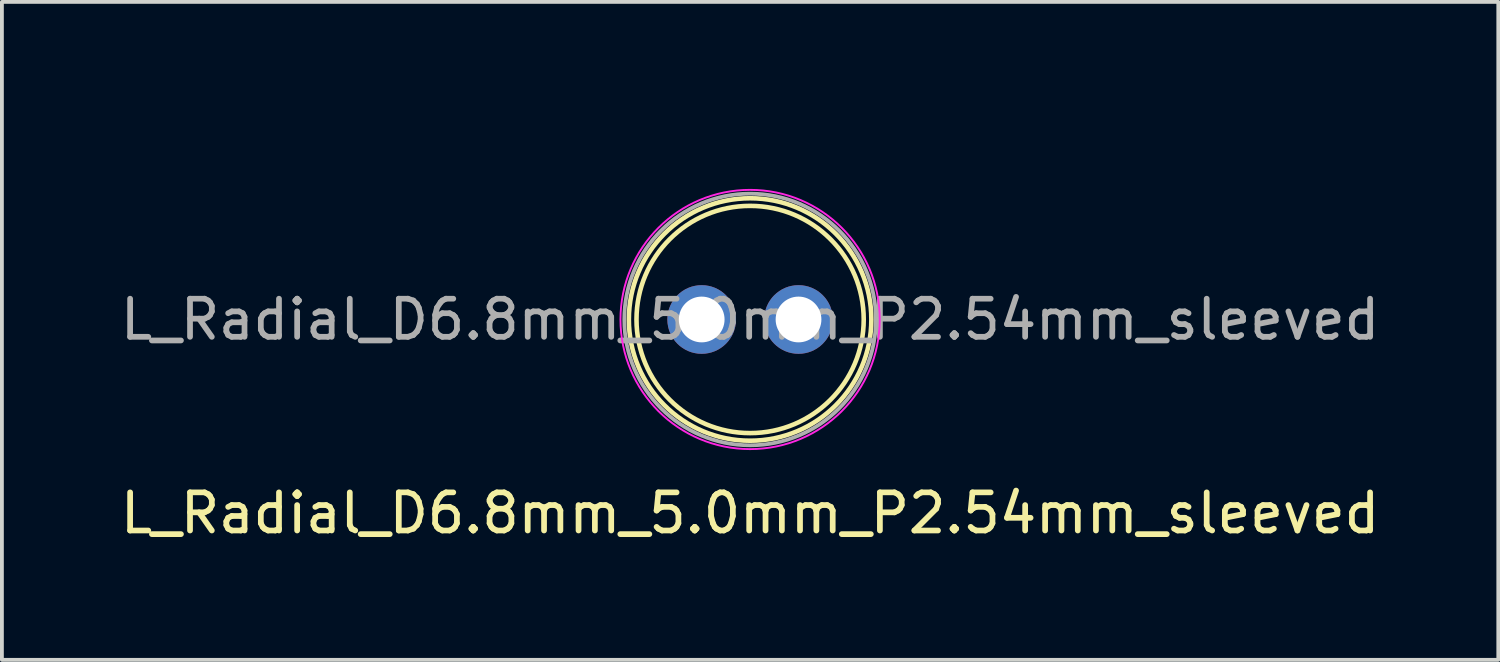
<source format=kicad_pcb>
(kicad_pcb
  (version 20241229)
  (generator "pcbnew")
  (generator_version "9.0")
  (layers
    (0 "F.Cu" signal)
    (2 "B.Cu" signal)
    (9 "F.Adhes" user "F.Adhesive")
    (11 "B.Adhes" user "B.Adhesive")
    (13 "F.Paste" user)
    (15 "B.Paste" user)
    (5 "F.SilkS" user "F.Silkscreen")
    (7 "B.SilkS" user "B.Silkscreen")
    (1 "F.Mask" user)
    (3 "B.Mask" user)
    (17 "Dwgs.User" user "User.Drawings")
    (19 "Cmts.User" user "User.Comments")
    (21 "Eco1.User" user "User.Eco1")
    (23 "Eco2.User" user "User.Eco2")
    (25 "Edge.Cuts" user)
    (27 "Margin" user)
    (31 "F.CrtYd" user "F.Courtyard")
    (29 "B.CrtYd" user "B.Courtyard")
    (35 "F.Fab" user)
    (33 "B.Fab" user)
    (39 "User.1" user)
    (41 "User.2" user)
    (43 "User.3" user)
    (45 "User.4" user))
  (footprint "L_Radial_D6.8mm_5.0mm_P2.54mm_sleeved"
    (layer "F.Cu")
    (at 16.625 0.25)
    (property "Reference" "L_Radial_D6.8mm_5.0mm_P2.54mm_sleeved" (at 0 10.16 0) (layer "F.SilkS") (effects (font (size 1 1) (thickness 0.15))))
    (attr through_hole)
    (fp_circle (center 0 5.08) (end 2.98 5.08) (stroke (width 0.12) (type solid)) (fill no) (layer "F.SilkS"))
    (fp_circle (center 0 5.08) (end 3.18 5.08) (stroke (width 0.12) (type solid)) (fill no) (layer "F.SilkS"))
    (fp_circle (center 0 5.08) (end 3.4 5.08) (stroke (width 0.05) (type solid)) (fill no) (layer "F.CrtYd"))
    (fp_circle (center 0 5.08) (end 3.3 5.08) (stroke (width 0.1) (type solid)) (fill no) (layer "F.Fab"))
    (fp_text user "${REFERENCE}" (at 0 5.08 0) (layer "F.Fab") (effects (font (size 1 1) (thickness 0.15))))
    (pad "1" thru_hole circle (at -1.27 5.08) (size 1.8 1.8) (drill 1.2) (layers "*.Cu" "*.Mask"))
    (pad "2" thru_hole circle (at 1.27 5.08) (size 1.8 1.8) (drill 1.2) (layers "*.Cu" "*.Mask")))
  (gr_rect
    (start -3 -3)
    (end 36.25 14.258)
    (stroke (width 0.1) (type default))
    (fill no)
    (layer "Edge.Cuts")))
</source>
